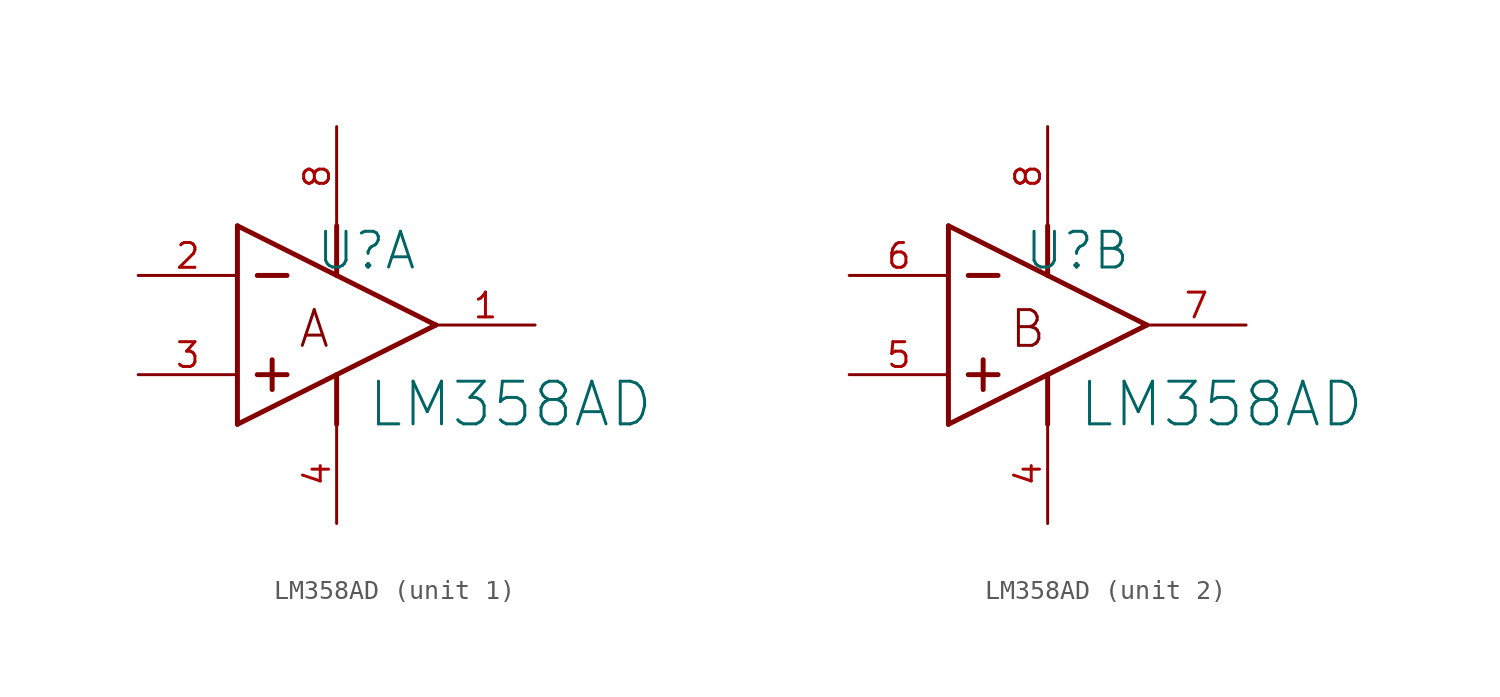
<source format=kicad_sym>
(kicad_symbol_lib
  (version 20231120)
  (generator "kicad_symbol_editor")
  (generator_version "8.0")
  (symbol "LM358AD"
    (property "Reference" "U"
      (at 6.604 -1.27 0)
      (effects (font (size 1.829 1.829))))
    (property "Value" "LM358AD"
      (at 6.604 -10.414 0)
      (effects (font (size 2.184 2.184)) (justify left bottom)))
    (symbol "LM358AD_0_0"
      (pin power_in line (at 5.08 -15.24 90) (length 5.08) (name "V-" (effects (font (size 0 0)))) (number "4" (effects (font (size 1.27 1.27)))))
      (pin power_in line (at 5.08 5.08 270) (length 5.08) (name "V+" (effects (font (size 0 0)))) (number "8" (effects (font (size 1.27 1.27))))))
    (symbol "LM358AD_1_0"
      (polyline (pts (xy 0 -10.16) (xy 10.16 -5.08)) (stroke (width 0.254) (type solid)) (fill (type none)))
      (polyline (pts (xy 0 0) (xy 0 -10.16)) (stroke (width 0.254) (type solid)) (fill (type none)))
      (polyline (pts (xy 0 0) (xy 10.16 -5.08)) (stroke (width 0.254) (type solid)) (fill (type none)))
      (polyline (pts (xy 1.016 -7.62) (xy 2.54 -7.62)) (stroke (width 0.254) (type solid)) (fill (type none)))
      (polyline (pts (xy 1.016 -2.54) (xy 2.54 -2.54)) (stroke (width 0.254) (type solid)) (fill (type none)))
      (polyline (pts (xy 1.778 -6.858) (xy 1.778 -8.382)) (stroke (width 0.254) (type solid)) (fill (type none)))
      (polyline (pts (xy 5.08 -7.62) (xy 5.08 -10.16)) (stroke (width 0.254) (type solid)) (fill (type none)))
      (polyline (pts (xy 5.08 0) (xy 5.08 -2.54)) (stroke (width 0.254) (type solid)) (fill (type none)))
      (text "A" (at 3.048 -6.35 0) (effects (font (size 1.829 1.829)) (justify left bottom)))
      (pin output line (at 15.24 -5.08 180) (length 5.08) (name "OUT" (effects (font (size 0 0)))) (number "1" (effects (font (size 1.27 1.27)))))
      (pin input line (at -5.08 -2.54 0) (length 5.08) (name "IN-" (effects (font (size 0 0)))) (number "2" (effects (font (size 1.27 1.27)))))
      (pin input line (at -5.08 -7.62 0) (length 5.08) (name "IN+" (effects (font (size 0 0)))) (number "3" (effects (font (size 1.27 1.27))))))
    (symbol "LM358AD_2_0"
      (polyline (pts (xy 0 -10.16) (xy 10.16 -5.08)) (stroke (width 0.254) (type solid)) (fill (type none)))
      (polyline (pts (xy 0 0) (xy 0 -10.16)) (stroke (width 0.254) (type solid)) (fill (type none)))
      (polyline (pts (xy 0 0) (xy 10.16 -5.08)) (stroke (width 0.254) (type solid)) (fill (type none)))
      (polyline (pts (xy 1.016 -7.62) (xy 2.54 -7.62)) (stroke (width 0.254) (type solid)) (fill (type none)))
      (polyline (pts (xy 1.016 -2.54) (xy 2.54 -2.54)) (stroke (width 0.254) (type solid)) (fill (type none)))
      (polyline (pts (xy 1.778 -6.858) (xy 1.778 -8.382)) (stroke (width 0.254) (type solid)) (fill (type none)))
      (polyline (pts (xy 5.08 -7.62) (xy 5.08 -10.16)) (stroke (width 0.254) (type solid)) (fill (type none)))
      (polyline (pts (xy 5.08 0) (xy 5.08 -2.54)) (stroke (width 0.254) (type solid)) (fill (type none)))
      (text "B" (at 3.048 -6.35 0) (effects (font (size 1.829 1.829)) (justify left bottom)))
      (pin input line (at -5.08 -7.62 0) (length 5.08) (name "IN+" (effects (font (size 0 0)))) (number "5" (effects (font (size 1.27 1.27)))))
      (pin input line (at -5.08 -2.54 0) (length 5.08) (name "IN-" (effects (font (size 0 0)))) (number "6" (effects (font (size 1.27 1.27)))))
      (pin output line (at 15.24 -5.08 180) (length 5.08) (name "OUT" (effects (font (size 0 0)))) (number "7" (effects (font (size 1.27 1.27))))))))
</source>
